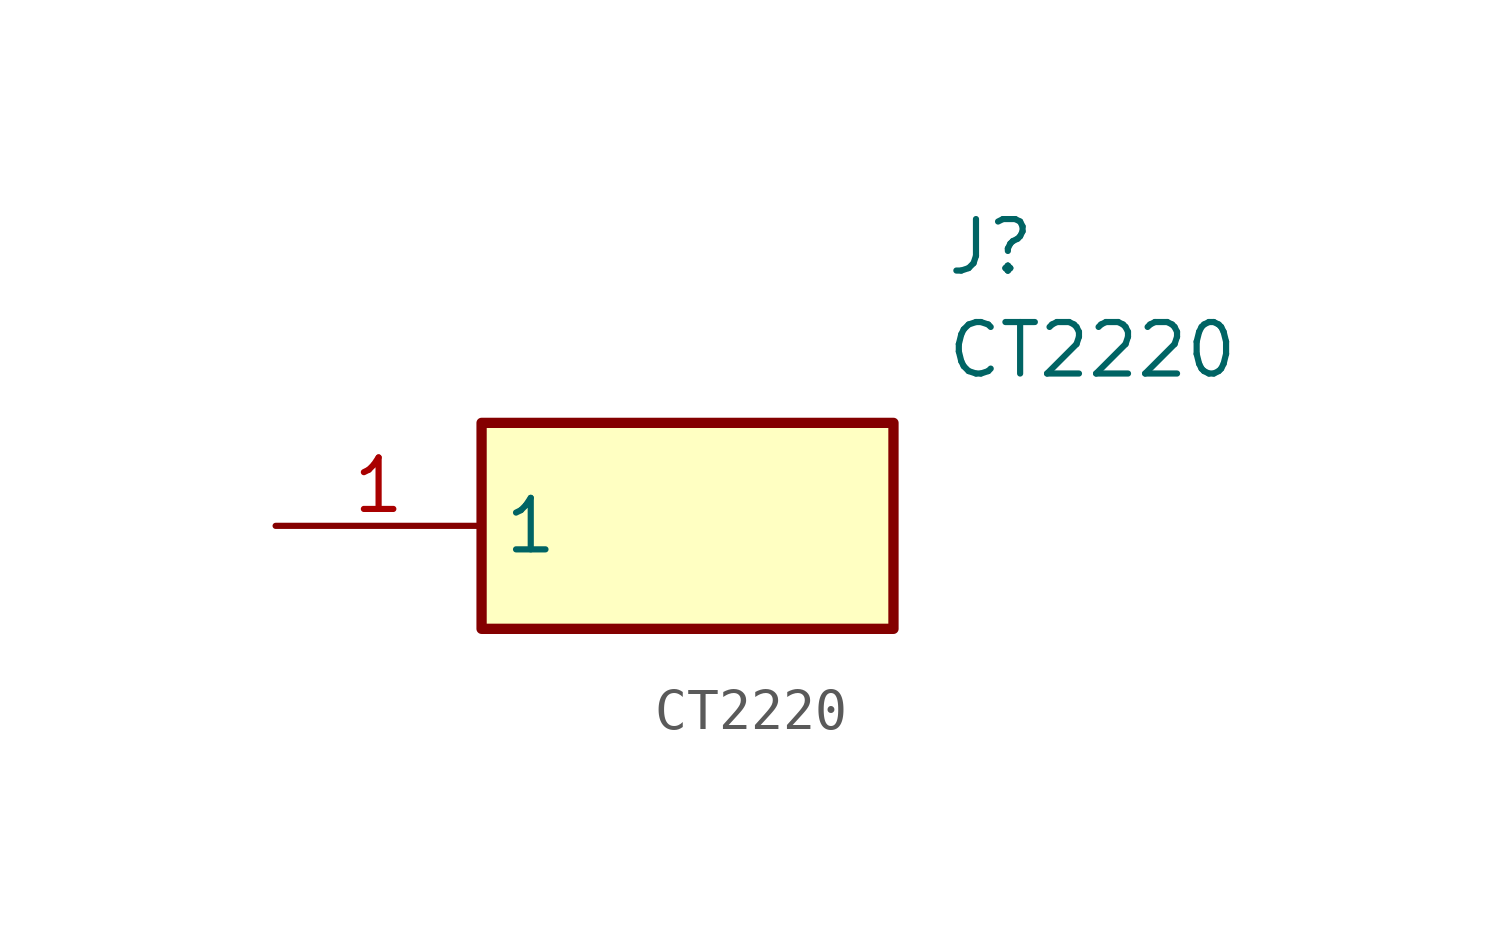
<source format=kicad_sym>
(kicad_symbol_lib
  (version 20211014)
  (generator SamacSys_ECAD_Model)
  (symbol "CT2220"
    (property "Reference" "J"
      (at 16.51 7.62 0)
      (effects (font (size 1.27 1.27)) (justify left top)))
    (property "Value" "CT2220"
      (at 16.51 5.08 0)
      (effects (font (size 1.27 1.27)) (justify left top)))
    (rectangle
      (start 5.08 2.54)
      (end 15.24 -2.54)
      (stroke (width 0.254) (type default))
      (fill (type background)))
    (pin passive line
      (at 0 0 0)
      (length 5.08)
      (name "1" (effects (font (size 1.27 1.27))))
      (number "1" (effects (font (size 1.27 1.27)))))))
</source>
